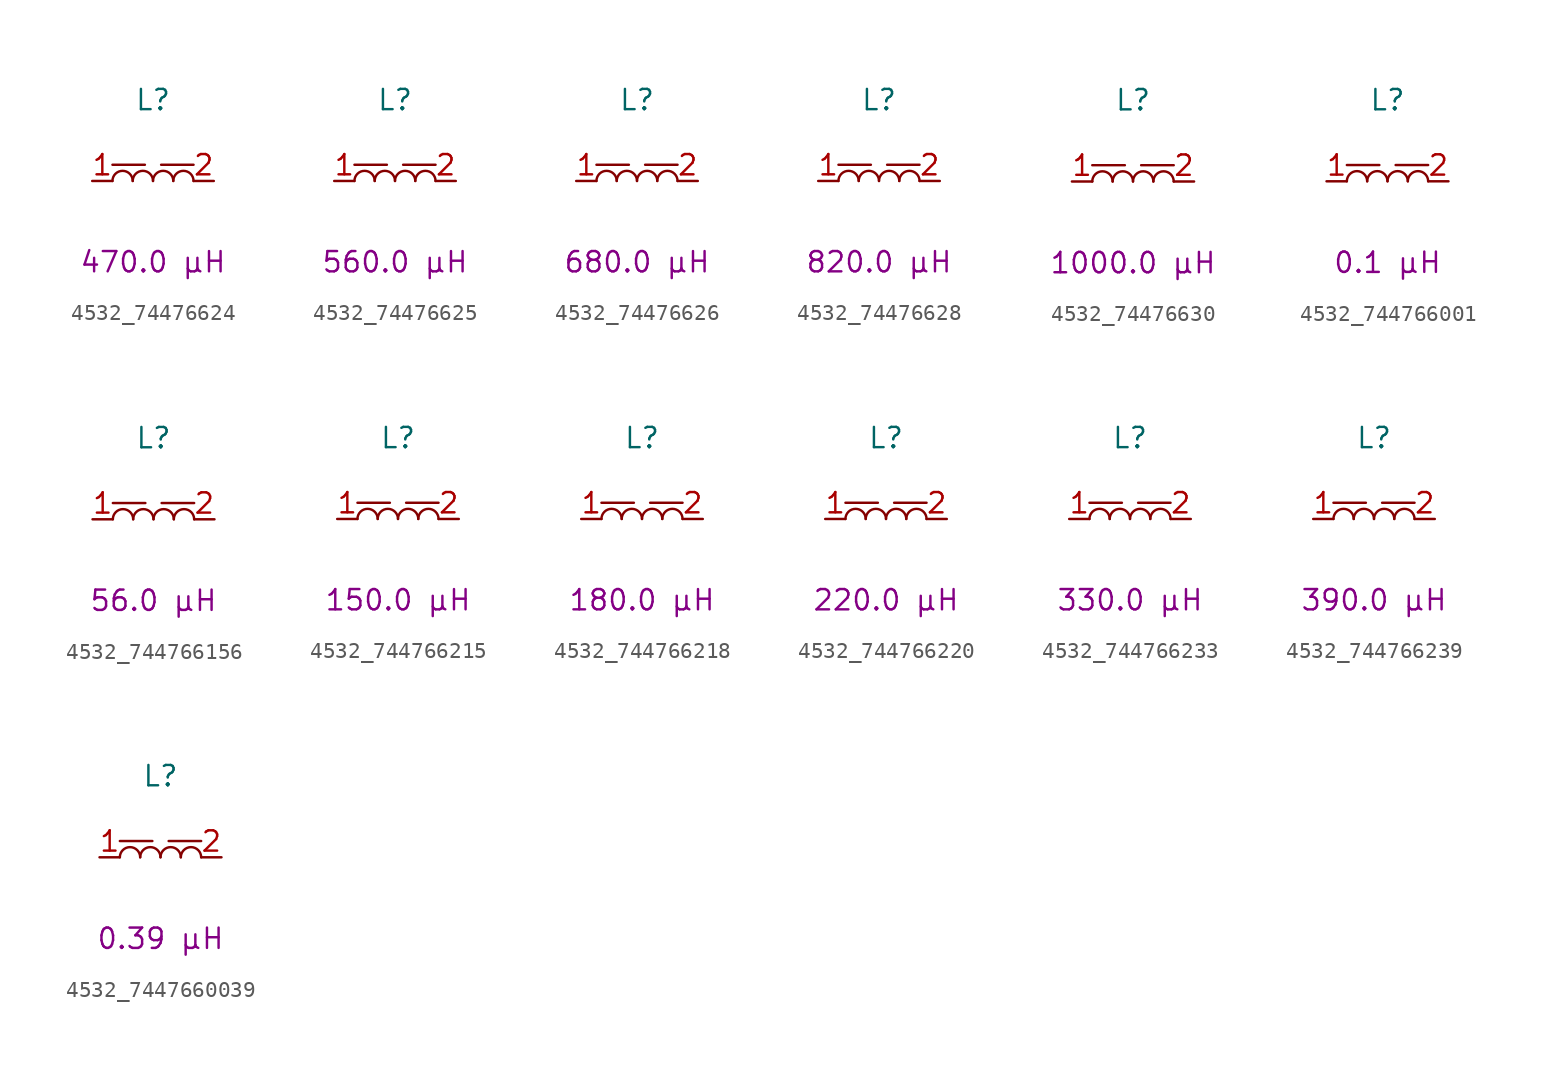
<source format=kicad_sym>
(kicad_symbol_lib
  (version 20220914)
  (generator kicad_symbol_editor)
  (symbol "4532_74476624"
    (pin_names hide)
    (property "Reference" "L"
      (at 0 5.08 0)
      (effects (font (size 1.27 1.27))))
    (property "Critical Parameter" "470.0 µH"
      (at 0 -5.08 0)
      (effects (font (size 1.27 1.27))))
    (symbol "4532_74476624_0_1"
      (arc (start -1.27 0) (mid -1.905 0.6323) (end -2.54 0) (stroke (width 0) (type default)) (fill (type none)))
      (arc (start 0 0) (mid -0.635 0.6323) (end -1.27 0) (stroke (width 0) (type default)) (fill (type none)))
      (polyline (pts (xy -2.54 1.016) (xy -0.508 1.016)) (stroke (width 0) (type default)) (fill (type none)))
      (arc (start 1.27 0) (mid 0.635 0.6323) (end 0 0) (stroke (width 0) (type default)) (fill (type none)))
      (arc (start 2.54 0) (mid 1.905 0.6323) (end 1.27 0) (stroke (width 0) (type default)) (fill (type none))))
    (symbol "4532_74476624_1_1"
      (polyline (pts (xy 2.54 1.016) (xy 0.508 1.016)) (stroke (width 0) (type default)) (fill (type none)))
      (pin passive line (at -3.81 0 0) (length 1.27) (name "1" (effects (font (size 1.27 1.27)))) (number "1" (effects (font (size 1.27 1.27)))))
      (pin passive line (at 3.81 0 180) (length 1.27) (name "2" (effects (font (size 1.27 1.27)))) (number "2" (effects (font (size 1.27 1.27)))))))
  (symbol "4532_74476625"
    (pin_names hide)
    (property "Reference" "L"
      (at 0 5.08 0)
      (effects (font (size 1.27 1.27))))
    (property "Critical Parameter" "560.0 µH"
      (at 0 -5.08 0)
      (effects (font (size 1.27 1.27))))
    (symbol "4532_74476625_0_1"
      (arc (start -1.27 0) (mid -1.905 0.6323) (end -2.54 0) (stroke (width 0) (type default)) (fill (type none)))
      (arc (start 0 0) (mid -0.635 0.6323) (end -1.27 0) (stroke (width 0) (type default)) (fill (type none)))
      (polyline (pts (xy -2.54 1.016) (xy -0.508 1.016)) (stroke (width 0) (type default)) (fill (type none)))
      (arc (start 1.27 0) (mid 0.635 0.6323) (end 0 0) (stroke (width 0) (type default)) (fill (type none)))
      (arc (start 2.54 0) (mid 1.905 0.6323) (end 1.27 0) (stroke (width 0) (type default)) (fill (type none))))
    (symbol "4532_74476625_1_1"
      (polyline (pts (xy 2.54 1.016) (xy 0.508 1.016)) (stroke (width 0) (type default)) (fill (type none)))
      (pin passive line (at -3.81 0 0) (length 1.27) (name "1" (effects (font (size 1.27 1.27)))) (number "1" (effects (font (size 1.27 1.27)))))
      (pin passive line (at 3.81 0 180) (length 1.27) (name "2" (effects (font (size 1.27 1.27)))) (number "2" (effects (font (size 1.27 1.27)))))))
  (symbol "4532_74476626"
    (pin_names hide)
    (property "Reference" "L"
      (at 0 5.08 0)
      (effects (font (size 1.27 1.27))))
    (property "Critical Parameter" "680.0 µH"
      (at 0 -5.08 0)
      (effects (font (size 1.27 1.27))))
    (symbol "4532_74476626_0_1"
      (arc (start -1.27 0) (mid -1.905 0.6323) (end -2.54 0) (stroke (width 0) (type default)) (fill (type none)))
      (arc (start 0 0) (mid -0.635 0.6323) (end -1.27 0) (stroke (width 0) (type default)) (fill (type none)))
      (polyline (pts (xy -2.54 1.016) (xy -0.508 1.016)) (stroke (width 0) (type default)) (fill (type none)))
      (arc (start 1.27 0) (mid 0.635 0.6323) (end 0 0) (stroke (width 0) (type default)) (fill (type none)))
      (arc (start 2.54 0) (mid 1.905 0.6323) (end 1.27 0) (stroke (width 0) (type default)) (fill (type none))))
    (symbol "4532_74476626_1_1"
      (polyline (pts (xy 2.54 1.016) (xy 0.508 1.016)) (stroke (width 0) (type default)) (fill (type none)))
      (pin passive line (at -3.81 0 0) (length 1.27) (name "1" (effects (font (size 1.27 1.27)))) (number "1" (effects (font (size 1.27 1.27)))))
      (pin passive line (at 3.81 0 180) (length 1.27) (name "2" (effects (font (size 1.27 1.27)))) (number "2" (effects (font (size 1.27 1.27)))))))
  (symbol "4532_74476628"
    (pin_names hide)
    (property "Reference" "L"
      (at 0 5.08 0)
      (effects (font (size 1.27 1.27))))
    (property "Critical Parameter" "820.0 µH"
      (at 0 -5.08 0)
      (effects (font (size 1.27 1.27))))
    (symbol "4532_74476628_0_1"
      (arc (start -1.27 0) (mid -1.905 0.6323) (end -2.54 0) (stroke (width 0) (type default)) (fill (type none)))
      (arc (start 0 0) (mid -0.635 0.6323) (end -1.27 0) (stroke (width 0) (type default)) (fill (type none)))
      (polyline (pts (xy -2.54 1.016) (xy -0.508 1.016)) (stroke (width 0) (type default)) (fill (type none)))
      (arc (start 1.27 0) (mid 0.635 0.6323) (end 0 0) (stroke (width 0) (type default)) (fill (type none)))
      (arc (start 2.54 0) (mid 1.905 0.6323) (end 1.27 0) (stroke (width 0) (type default)) (fill (type none))))
    (symbol "4532_74476628_1_1"
      (polyline (pts (xy 2.54 1.016) (xy 0.508 1.016)) (stroke (width 0) (type default)) (fill (type none)))
      (pin passive line (at -3.81 0 0) (length 1.27) (name "1" (effects (font (size 1.27 1.27)))) (number "1" (effects (font (size 1.27 1.27)))))
      (pin passive line (at 3.81 0 180) (length 1.27) (name "2" (effects (font (size 1.27 1.27)))) (number "2" (effects (font (size 1.27 1.27)))))))
  (symbol "4532_74476630"
    (pin_names hide)
    (property "Reference" "L"
      (at 0 5.08 0)
      (effects (font (size 1.27 1.27))))
    (property "Critical Parameter" "1000.0 µH"
      (at 0 -5.08 0)
      (effects (font (size 1.27 1.27))))
    (symbol "4532_74476630_0_1"
      (arc (start -1.27 0) (mid -1.905 0.6323) (end -2.54 0) (stroke (width 0) (type default)) (fill (type none)))
      (arc (start 0 0) (mid -0.635 0.6323) (end -1.27 0) (stroke (width 0) (type default)) (fill (type none)))
      (polyline (pts (xy -2.54 1.016) (xy -0.508 1.016)) (stroke (width 0) (type default)) (fill (type none)))
      (arc (start 1.27 0) (mid 0.635 0.6323) (end 0 0) (stroke (width 0) (type default)) (fill (type none)))
      (arc (start 2.54 0) (mid 1.905 0.6323) (end 1.27 0) (stroke (width 0) (type default)) (fill (type none))))
    (symbol "4532_74476630_1_1"
      (polyline (pts (xy 2.54 1.016) (xy 0.508 1.016)) (stroke (width 0) (type default)) (fill (type none)))
      (pin passive line (at -3.81 0 0) (length 1.27) (name "1" (effects (font (size 1.27 1.27)))) (number "1" (effects (font (size 1.27 1.27)))))
      (pin passive line (at 3.81 0 180) (length 1.27) (name "2" (effects (font (size 1.27 1.27)))) (number "2" (effects (font (size 1.27 1.27)))))))
  (symbol "4532_744766001"
    (pin_names hide)
    (property "Reference" "L"
      (at 0 5.08 0)
      (effects (font (size 1.27 1.27))))
    (property "Critical Parameter" "0.1 µH"
      (at 0 -5.08 0)
      (effects (font (size 1.27 1.27))))
    (symbol "4532_744766001_0_1"
      (arc (start -1.27 0) (mid -1.905 0.6323) (end -2.54 0) (stroke (width 0) (type default)) (fill (type none)))
      (arc (start 0 0) (mid -0.635 0.6323) (end -1.27 0) (stroke (width 0) (type default)) (fill (type none)))
      (polyline (pts (xy -2.54 1.016) (xy -0.508 1.016)) (stroke (width 0) (type default)) (fill (type none)))
      (arc (start 1.27 0) (mid 0.635 0.6323) (end 0 0) (stroke (width 0) (type default)) (fill (type none)))
      (arc (start 2.54 0) (mid 1.905 0.6323) (end 1.27 0) (stroke (width 0) (type default)) (fill (type none))))
    (symbol "4532_744766001_1_1"
      (polyline (pts (xy 2.54 1.016) (xy 0.508 1.016)) (stroke (width 0) (type default)) (fill (type none)))
      (pin passive line (at -3.81 0 0) (length 1.27) (name "1" (effects (font (size 1.27 1.27)))) (number "1" (effects (font (size 1.27 1.27)))))
      (pin passive line (at 3.81 0 180) (length 1.27) (name "2" (effects (font (size 1.27 1.27)))) (number "2" (effects (font (size 1.27 1.27)))))))
  (symbol "4532_744766156"
    (pin_names hide)
    (property "Reference" "L"
      (at 0 5.08 0)
      (effects (font (size 1.27 1.27))))
    (property "Critical Parameter" "56.0 µH"
      (at 0 -5.08 0)
      (effects (font (size 1.27 1.27))))
    (symbol "4532_744766156_0_1"
      (arc (start -1.27 0) (mid -1.905 0.6323) (end -2.54 0) (stroke (width 0) (type default)) (fill (type none)))
      (arc (start 0 0) (mid -0.635 0.6323) (end -1.27 0) (stroke (width 0) (type default)) (fill (type none)))
      (polyline (pts (xy -2.54 1.016) (xy -0.508 1.016)) (stroke (width 0) (type default)) (fill (type none)))
      (arc (start 1.27 0) (mid 0.635 0.6323) (end 0 0) (stroke (width 0) (type default)) (fill (type none)))
      (arc (start 2.54 0) (mid 1.905 0.6323) (end 1.27 0) (stroke (width 0) (type default)) (fill (type none))))
    (symbol "4532_744766156_1_1"
      (polyline (pts (xy 2.54 1.016) (xy 0.508 1.016)) (stroke (width 0) (type default)) (fill (type none)))
      (pin passive line (at -3.81 0 0) (length 1.27) (name "1" (effects (font (size 1.27 1.27)))) (number "1" (effects (font (size 1.27 1.27)))))
      (pin passive line (at 3.81 0 180) (length 1.27) (name "2" (effects (font (size 1.27 1.27)))) (number "2" (effects (font (size 1.27 1.27)))))))
  (symbol "4532_744766215"
    (pin_names hide)
    (property "Reference" "L"
      (at 0 5.08 0)
      (effects (font (size 1.27 1.27))))
    (property "Critical Parameter" "150.0 µH"
      (at 0 -5.08 0)
      (effects (font (size 1.27 1.27))))
    (symbol "4532_744766215_0_1"
      (arc (start -1.27 0) (mid -1.905 0.6323) (end -2.54 0) (stroke (width 0) (type default)) (fill (type none)))
      (arc (start 0 0) (mid -0.635 0.6323) (end -1.27 0) (stroke (width 0) (type default)) (fill (type none)))
      (polyline (pts (xy -2.54 1.016) (xy -0.508 1.016)) (stroke (width 0) (type default)) (fill (type none)))
      (arc (start 1.27 0) (mid 0.635 0.6323) (end 0 0) (stroke (width 0) (type default)) (fill (type none)))
      (arc (start 2.54 0) (mid 1.905 0.6323) (end 1.27 0) (stroke (width 0) (type default)) (fill (type none))))
    (symbol "4532_744766215_1_1"
      (polyline (pts (xy 2.54 1.016) (xy 0.508 1.016)) (stroke (width 0) (type default)) (fill (type none)))
      (pin passive line (at -3.81 0 0) (length 1.27) (name "1" (effects (font (size 1.27 1.27)))) (number "1" (effects (font (size 1.27 1.27)))))
      (pin passive line (at 3.81 0 180) (length 1.27) (name "2" (effects (font (size 1.27 1.27)))) (number "2" (effects (font (size 1.27 1.27)))))))
  (symbol "4532_744766218"
    (pin_names hide)
    (property "Reference" "L"
      (at 0 5.08 0)
      (effects (font (size 1.27 1.27))))
    (property "Critical Parameter" "180.0 µH"
      (at 0 -5.08 0)
      (effects (font (size 1.27 1.27))))
    (symbol "4532_744766218_0_1"
      (arc (start -1.27 0) (mid -1.905 0.6323) (end -2.54 0) (stroke (width 0) (type default)) (fill (type none)))
      (arc (start 0 0) (mid -0.635 0.6323) (end -1.27 0) (stroke (width 0) (type default)) (fill (type none)))
      (polyline (pts (xy -2.54 1.016) (xy -0.508 1.016)) (stroke (width 0) (type default)) (fill (type none)))
      (arc (start 1.27 0) (mid 0.635 0.6323) (end 0 0) (stroke (width 0) (type default)) (fill (type none)))
      (arc (start 2.54 0) (mid 1.905 0.6323) (end 1.27 0) (stroke (width 0) (type default)) (fill (type none))))
    (symbol "4532_744766218_1_1"
      (polyline (pts (xy 2.54 1.016) (xy 0.508 1.016)) (stroke (width 0) (type default)) (fill (type none)))
      (pin passive line (at -3.81 0 0) (length 1.27) (name "1" (effects (font (size 1.27 1.27)))) (number "1" (effects (font (size 1.27 1.27)))))
      (pin passive line (at 3.81 0 180) (length 1.27) (name "2" (effects (font (size 1.27 1.27)))) (number "2" (effects (font (size 1.27 1.27)))))))
  (symbol "4532_744766220"
    (pin_names hide)
    (property "Reference" "L"
      (at 0 5.08 0)
      (effects (font (size 1.27 1.27))))
    (property "Critical Parameter" "220.0 µH"
      (at 0 -5.08 0)
      (effects (font (size 1.27 1.27))))
    (symbol "4532_744766220_0_1"
      (arc (start -1.27 0) (mid -1.905 0.6323) (end -2.54 0) (stroke (width 0) (type default)) (fill (type none)))
      (arc (start 0 0) (mid -0.635 0.6323) (end -1.27 0) (stroke (width 0) (type default)) (fill (type none)))
      (polyline (pts (xy -2.54 1.016) (xy -0.508 1.016)) (stroke (width 0) (type default)) (fill (type none)))
      (arc (start 1.27 0) (mid 0.635 0.6323) (end 0 0) (stroke (width 0) (type default)) (fill (type none)))
      (arc (start 2.54 0) (mid 1.905 0.6323) (end 1.27 0) (stroke (width 0) (type default)) (fill (type none))))
    (symbol "4532_744766220_1_1"
      (polyline (pts (xy 2.54 1.016) (xy 0.508 1.016)) (stroke (width 0) (type default)) (fill (type none)))
      (pin passive line (at -3.81 0 0) (length 1.27) (name "1" (effects (font (size 1.27 1.27)))) (number "1" (effects (font (size 1.27 1.27)))))
      (pin passive line (at 3.81 0 180) (length 1.27) (name "2" (effects (font (size 1.27 1.27)))) (number "2" (effects (font (size 1.27 1.27)))))))
  (symbol "4532_744766233"
    (pin_names hide)
    (property "Reference" "L"
      (at 0 5.08 0)
      (effects (font (size 1.27 1.27))))
    (property "Critical Parameter" "330.0 µH"
      (at 0 -5.08 0)
      (effects (font (size 1.27 1.27))))
    (symbol "4532_744766233_0_1"
      (arc (start -1.27 0) (mid -1.905 0.6323) (end -2.54 0) (stroke (width 0) (type default)) (fill (type none)))
      (arc (start 0 0) (mid -0.635 0.6323) (end -1.27 0) (stroke (width 0) (type default)) (fill (type none)))
      (polyline (pts (xy -2.54 1.016) (xy -0.508 1.016)) (stroke (width 0) (type default)) (fill (type none)))
      (arc (start 1.27 0) (mid 0.635 0.6323) (end 0 0) (stroke (width 0) (type default)) (fill (type none)))
      (arc (start 2.54 0) (mid 1.905 0.6323) (end 1.27 0) (stroke (width 0) (type default)) (fill (type none))))
    (symbol "4532_744766233_1_1"
      (polyline (pts (xy 2.54 1.016) (xy 0.508 1.016)) (stroke (width 0) (type default)) (fill (type none)))
      (pin passive line (at -3.81 0 0) (length 1.27) (name "1" (effects (font (size 1.27 1.27)))) (number "1" (effects (font (size 1.27 1.27)))))
      (pin passive line (at 3.81 0 180) (length 1.27) (name "2" (effects (font (size 1.27 1.27)))) (number "2" (effects (font (size 1.27 1.27)))))))
  (symbol "4532_744766239"
    (pin_names hide)
    (property "Reference" "L"
      (at 0 5.08 0)
      (effects (font (size 1.27 1.27))))
    (property "Critical Parameter" "390.0 µH"
      (at 0 -5.08 0)
      (effects (font (size 1.27 1.27))))
    (symbol "4532_744766239_0_1"
      (arc (start -1.27 0) (mid -1.905 0.6323) (end -2.54 0) (stroke (width 0) (type default)) (fill (type none)))
      (arc (start 0 0) (mid -0.635 0.6323) (end -1.27 0) (stroke (width 0) (type default)) (fill (type none)))
      (polyline (pts (xy -2.54 1.016) (xy -0.508 1.016)) (stroke (width 0) (type default)) (fill (type none)))
      (arc (start 1.27 0) (mid 0.635 0.6323) (end 0 0) (stroke (width 0) (type default)) (fill (type none)))
      (arc (start 2.54 0) (mid 1.905 0.6323) (end 1.27 0) (stroke (width 0) (type default)) (fill (type none))))
    (symbol "4532_744766239_1_1"
      (polyline (pts (xy 2.54 1.016) (xy 0.508 1.016)) (stroke (width 0) (type default)) (fill (type none)))
      (pin passive line (at -3.81 0 0) (length 1.27) (name "1" (effects (font (size 1.27 1.27)))) (number "1" (effects (font (size 1.27 1.27)))))
      (pin passive line (at 3.81 0 180) (length 1.27) (name "2" (effects (font (size 1.27 1.27)))) (number "2" (effects (font (size 1.27 1.27)))))))
  (symbol "4532_7447660039"
    (pin_names hide)
    (property "Reference" "L"
      (at 0 5.08 0)
      (effects (font (size 1.27 1.27))))
    (property "Critical Parameter" "0.39 µH"
      (at 0 -5.08 0)
      (effects (font (size 1.27 1.27))))
    (symbol "4532_7447660039_0_1"
      (arc (start -1.27 0) (mid -1.905 0.6323) (end -2.54 0) (stroke (width 0) (type default)) (fill (type none)))
      (arc (start 0 0) (mid -0.635 0.6323) (end -1.27 0) (stroke (width 0) (type default)) (fill (type none)))
      (polyline (pts (xy -2.54 1.016) (xy -0.508 1.016)) (stroke (width 0) (type default)) (fill (type none)))
      (arc (start 1.27 0) (mid 0.635 0.6323) (end 0 0) (stroke (width 0) (type default)) (fill (type none)))
      (arc (start 2.54 0) (mid 1.905 0.6323) (end 1.27 0) (stroke (width 0) (type default)) (fill (type none))))
    (symbol "4532_7447660039_1_1"
      (polyline (pts (xy 2.54 1.016) (xy 0.508 1.016)) (stroke (width 0) (type default)) (fill (type none)))
      (pin passive line (at -3.81 0 0) (length 1.27) (name "1" (effects (font (size 1.27 1.27)))) (number "1" (effects (font (size 1.27 1.27)))))
      (pin passive line (at 3.81 0 180) (length 1.27) (name "2" (effects (font (size 1.27 1.27)))) (number "2" (effects (font (size 1.27 1.27))))))))
</source>
